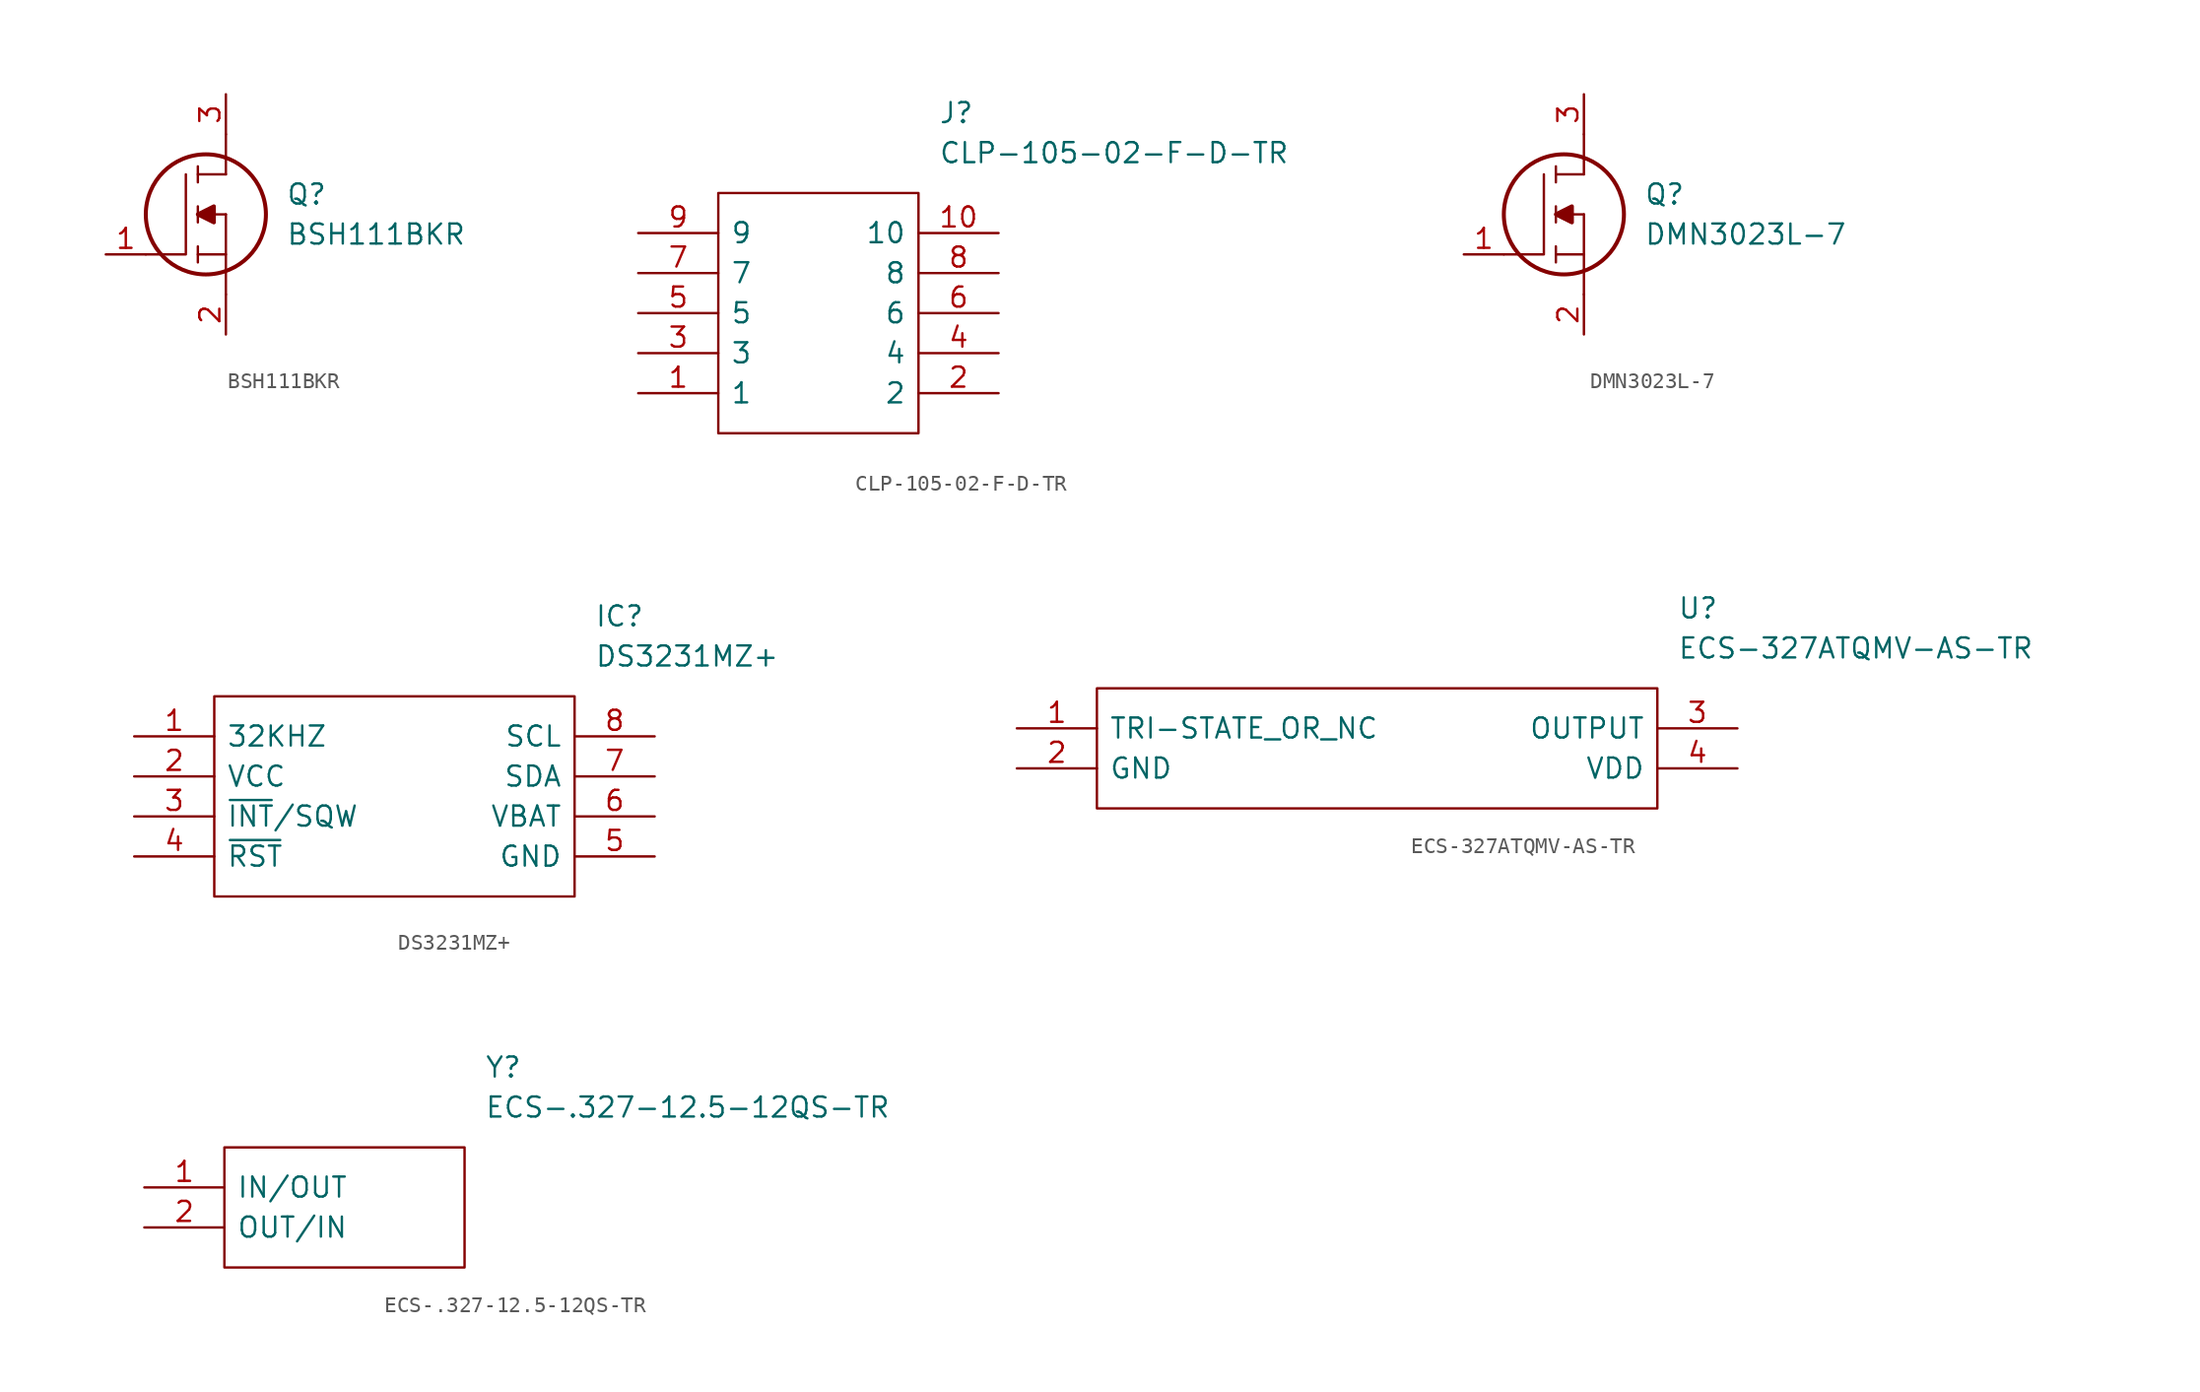
<source format=kicad_sym>
(kicad_symbol_lib
  (version 20211014)
  (generator kicad_symbol_editor)
  (symbol "BSH111BKR"
    (pin_names
      (offset 0.762))
    (property "Reference" "Q"
      (at 11.43 3.81 0)
      (effects (font (size 1.27 1.27)) (justify left)))
    (property "Value" "BSH111BKR"
      (at 11.43 1.27 0)
      (effects (font (size 1.27 1.27)) (justify left)))
    (symbol "BSH111BKR_0_0"
      (pin unspecified line (at 0 0 0) (length 2.54) (name "~" (effects (font (size 1.27 1.27)))) (number "1" (effects (font (size 1.27 1.27)))))
      (pin unspecified line (at 7.62 -5.08 90) (length 2.54) (name "~" (effects (font (size 1.27 1.27)))) (number "2" (effects (font (size 1.27 1.27)))))
      (pin unspecified line (at 7.62 10.16 270) (length 2.54) (name "~" (effects (font (size 1.27 1.27)))) (number "3" (effects (font (size 1.27 1.27))))))
    (symbol "BSH111BKR_0_1"
      (polyline (pts (xy 5.842 -0.508) (xy 5.842 0.508)) (stroke (width 0.152) (type default) (color 0 0 0 0)) (fill (type none)))
      (polyline (pts (xy 5.842 0) (xy 7.62 0)) (stroke (width 0.152) (type default) (color 0 0 0 0)) (fill (type none)))
      (polyline (pts (xy 5.842 2.032) (xy 5.842 3.048)) (stroke (width 0.152) (type default) (color 0 0 0 0)) (fill (type none)))
      (polyline (pts (xy 5.842 5.588) (xy 5.842 4.572)) (stroke (width 0.152) (type default) (color 0 0 0 0)) (fill (type none)))
      (polyline (pts (xy 7.62 2.54) (xy 5.842 2.54)) (stroke (width 0.152) (type default) (color 0 0 0 0)) (fill (type none)))
      (polyline (pts (xy 7.62 2.54) (xy 7.62 -2.54)) (stroke (width 0.152) (type default) (color 0 0 0 0)) (fill (type none)))
      (polyline (pts (xy 7.62 5.08) (xy 5.842 5.08)) (stroke (width 0.152) (type default) (color 0 0 0 0)) (fill (type none)))
      (polyline (pts (xy 7.62 5.08) (xy 7.62 7.62)) (stroke (width 0.152) (type default) (color 0 0 0 0)) (fill (type none)))
      (polyline (pts (xy 2.54 0) (xy 5.08 0) (xy 5.08 5.08)) (stroke (width 0.152) (type default) (color 0 0 0 0)) (fill (type none)))
      (polyline (pts (xy 5.842 2.54) (xy 6.858 3.048) (xy 6.858 2.032) (xy 5.842 2.54)) (stroke (width 0.254) (type default) (color 0 0 0 0)) (fill (type outline)))
      (circle (center 6.35 2.54) (radius 3.81) (stroke (width 0.254) (type default) (color 0 0 0 0)) (fill (type none)))))
  (symbol "CLP-105-02-F-D-TR"
    (pin_names
      (offset 0.762))
    (property "Reference" "J"
      (at 19.05 7.62 0)
      (effects (font (size 1.27 1.27)) (justify left)))
    (property "Value" "CLP-105-02-F-D-TR"
      (at 19.05 5.08 0)
      (effects (font (size 1.27 1.27)) (justify left)))
    (symbol "CLP-105-02-F-D-TR_0_0"
      (pin passive line (at 0 -10.16 0) (length 5.08) (name "1" (effects (font (size 1.27 1.27)))) (number "1" (effects (font (size 1.27 1.27)))))
      (pin passive line (at 22.86 0 180) (length 5.08) (name "10" (effects (font (size 1.27 1.27)))) (number "10" (effects (font (size 1.27 1.27)))))
      (pin passive line (at 22.86 -10.16 180) (length 5.08) (name "2" (effects (font (size 1.27 1.27)))) (number "2" (effects (font (size 1.27 1.27)))))
      (pin passive line (at 0 -7.62 0) (length 5.08) (name "3" (effects (font (size 1.27 1.27)))) (number "3" (effects (font (size 1.27 1.27)))))
      (pin passive line (at 22.86 -7.62 180) (length 5.08) (name "4" (effects (font (size 1.27 1.27)))) (number "4" (effects (font (size 1.27 1.27)))))
      (pin passive line (at 0 -5.08 0) (length 5.08) (name "5" (effects (font (size 1.27 1.27)))) (number "5" (effects (font (size 1.27 1.27)))))
      (pin passive line (at 22.86 -5.08 180) (length 5.08) (name "6" (effects (font (size 1.27 1.27)))) (number "6" (effects (font (size 1.27 1.27)))))
      (pin passive line (at 0 -2.54 0) (length 5.08) (name "7" (effects (font (size 1.27 1.27)))) (number "7" (effects (font (size 1.27 1.27)))))
      (pin passive line (at 22.86 -2.54 180) (length 5.08) (name "8" (effects (font (size 1.27 1.27)))) (number "8" (effects (font (size 1.27 1.27)))))
      (pin passive line (at 0 0 0) (length 5.08) (name "9" (effects (font (size 1.27 1.27)))) (number "9" (effects (font (size 1.27 1.27))))))
    (symbol "CLP-105-02-F-D-TR_0_1"
      (polyline (pts (xy 5.08 2.54) (xy 17.78 2.54) (xy 17.78 -12.7) (xy 5.08 -12.7) (xy 5.08 2.54)) (stroke (width 0.152) (type default) (color 0 0 0 0)) (fill (type none)))))
  (symbol "DMN3023L-7"
    (pin_names
      (offset 0.762))
    (property "Reference" "Q"
      (at 11.43 3.81 0)
      (effects (font (size 1.27 1.27)) (justify left)))
    (property "Value" "DMN3023L-7"
      (at 11.43 1.27 0)
      (effects (font (size 1.27 1.27)) (justify left)))
    (symbol "DMN3023L-7_0_0"
      (pin passive line (at 0 0 0) (length 2.54) (name "~" (effects (font (size 1.27 1.27)))) (number "1" (effects (font (size 1.27 1.27)))))
      (pin passive line (at 7.62 -5.08 90) (length 2.54) (name "~" (effects (font (size 1.27 1.27)))) (number "2" (effects (font (size 1.27 1.27)))))
      (pin passive line (at 7.62 10.16 270) (length 2.54) (name "~" (effects (font (size 1.27 1.27)))) (number "3" (effects (font (size 1.27 1.27))))))
    (symbol "DMN3023L-7_0_1"
      (polyline (pts (xy 5.842 -0.508) (xy 5.842 0.508)) (stroke (width 0.152) (type default) (color 0 0 0 0)) (fill (type none)))
      (polyline (pts (xy 5.842 0) (xy 7.62 0)) (stroke (width 0.152) (type default) (color 0 0 0 0)) (fill (type none)))
      (polyline (pts (xy 5.842 2.032) (xy 5.842 3.048)) (stroke (width 0.152) (type default) (color 0 0 0 0)) (fill (type none)))
      (polyline (pts (xy 5.842 5.588) (xy 5.842 4.572)) (stroke (width 0.152) (type default) (color 0 0 0 0)) (fill (type none)))
      (polyline (pts (xy 7.62 2.54) (xy 5.842 2.54)) (stroke (width 0.152) (type default) (color 0 0 0 0)) (fill (type none)))
      (polyline (pts (xy 7.62 2.54) (xy 7.62 -2.54)) (stroke (width 0.152) (type default) (color 0 0 0 0)) (fill (type none)))
      (polyline (pts (xy 7.62 5.08) (xy 5.842 5.08)) (stroke (width 0.152) (type default) (color 0 0 0 0)) (fill (type none)))
      (polyline (pts (xy 7.62 5.08) (xy 7.62 7.62)) (stroke (width 0.152) (type default) (color 0 0 0 0)) (fill (type none)))
      (polyline (pts (xy 2.54 0) (xy 5.08 0) (xy 5.08 5.08)) (stroke (width 0.152) (type default) (color 0 0 0 0)) (fill (type none)))
      (polyline (pts (xy 5.842 2.54) (xy 6.858 3.048) (xy 6.858 2.032) (xy 5.842 2.54)) (stroke (width 0.254) (type default) (color 0 0 0 0)) (fill (type outline)))
      (circle (center 6.35 2.54) (radius 3.81) (stroke (width 0.254) (type default) (color 0 0 0 0)) (fill (type none)))))
  (symbol "DS3231MZ+"
    (pin_names
      (offset 0.762))
    (property "Reference" "IC"
      (at 29.21 7.62 0)
      (effects (font (size 1.27 1.27)) (justify left)))
    (property "Value" "DS3231MZ+"
      (at 29.21 5.08 0)
      (effects (font (size 1.27 1.27)) (justify left)))
    (symbol "DS3231MZ+_0_0"
      (pin passive line (at 0 0 0) (length 5.08) (name "32KHZ" (effects (font (size 1.27 1.27)))) (number "1" (effects (font (size 1.27 1.27)))))
      (pin passive line (at 0 -2.54 0) (length 5.08) (name "VCC" (effects (font (size 1.27 1.27)))) (number "2" (effects (font (size 1.27 1.27)))))
      (pin passive line (at 0 -5.08 0) (length 5.08) (name "~{INT}/SQW" (effects (font (size 1.27 1.27)))) (number "3" (effects (font (size 1.27 1.27)))))
      (pin passive line (at 0 -7.62 0) (length 5.08) (name "~{RST}" (effects (font (size 1.27 1.27)))) (number "4" (effects (font (size 1.27 1.27)))))
      (pin passive line (at 33.02 -7.62 180) (length 5.08) (name "GND" (effects (font (size 1.27 1.27)))) (number "5" (effects (font (size 1.27 1.27)))))
      (pin passive line (at 33.02 -5.08 180) (length 5.08) (name "VBAT" (effects (font (size 1.27 1.27)))) (number "6" (effects (font (size 1.27 1.27)))))
      (pin passive line (at 33.02 -2.54 180) (length 5.08) (name "SDA" (effects (font (size 1.27 1.27)))) (number "7" (effects (font (size 1.27 1.27)))))
      (pin passive line (at 33.02 0 180) (length 5.08) (name "SCL" (effects (font (size 1.27 1.27)))) (number "8" (effects (font (size 1.27 1.27))))))
    (symbol "DS3231MZ+_0_1"
      (polyline (pts (xy 5.08 2.54) (xy 27.94 2.54) (xy 27.94 -10.16) (xy 5.08 -10.16) (xy 5.08 2.54)) (stroke (width 0.152) (type default) (color 0 0 0 0)) (fill (type none)))))
  (symbol "ECS-327ATQMV-AS-TR"
    (pin_names
      (offset 0.762))
    (property "Reference" "U"
      (at 41.91 7.62 0)
      (effects (font (size 1.27 1.27)) (justify left)))
    (property "Value" "ECS-327ATQMV-AS-TR"
      (at 41.91 5.08 0)
      (effects (font (size 1.27 1.27)) (justify left)))
    (symbol "ECS-327ATQMV-AS-TR_0_0"
      (pin bidirectional line (at 0 0 0) (length 5.08) (name "TRI-STATE_OR_NC" (effects (font (size 1.27 1.27)))) (number "1" (effects (font (size 1.27 1.27)))))
      (pin bidirectional line (at 0 -2.54 0) (length 5.08) (name "GND" (effects (font (size 1.27 1.27)))) (number "2" (effects (font (size 1.27 1.27)))))
      (pin bidirectional line (at 45.72 0 180) (length 5.08) (name "OUTPUT" (effects (font (size 1.27 1.27)))) (number "3" (effects (font (size 1.27 1.27)))))
      (pin bidirectional line (at 45.72 -2.54 180) (length 5.08) (name "VDD" (effects (font (size 1.27 1.27)))) (number "4" (effects (font (size 1.27 1.27))))))
    (symbol "ECS-327ATQMV-AS-TR_0_1"
      (polyline (pts (xy 5.08 2.54) (xy 40.64 2.54) (xy 40.64 -5.08) (xy 5.08 -5.08) (xy 5.08 2.54)) (stroke (width 0.152) (type default) (color 0 0 0 0)) (fill (type none)))))
  (symbol "ECS-.327-12.5-12QS-TR"
    (pin_names
      (offset 0.762))
    (property "Reference" "Y"
      (at 21.59 7.62 0)
      (effects (font (size 1.27 1.27)) (justify left)))
    (property "Value" "ECS-.327-12.5-12QS-TR"
      (at 21.59 5.08 0)
      (effects (font (size 1.27 1.27)) (justify left)))
    (symbol "ECS-.327-12.5-12QS-TR_0_0"
      (pin passive line (at 0 0 0) (length 5.08) (name "IN/OUT" (effects (font (size 1.27 1.27)))) (number "1" (effects (font (size 1.27 1.27)))))
      (pin passive line (at 0 -2.54 0) (length 5.08) (name "OUT/IN" (effects (font (size 1.27 1.27)))) (number "2" (effects (font (size 1.27 1.27))))))
    (symbol "ECS-.327-12.5-12QS-TR_0_1"
      (polyline (pts (xy 5.08 2.54) (xy 20.32 2.54) (xy 20.32 -5.08) (xy 5.08 -5.08) (xy 5.08 2.54)) (stroke (width 0.152) (type default) (color 0 0 0 0)) (fill (type none))))))
</source>
